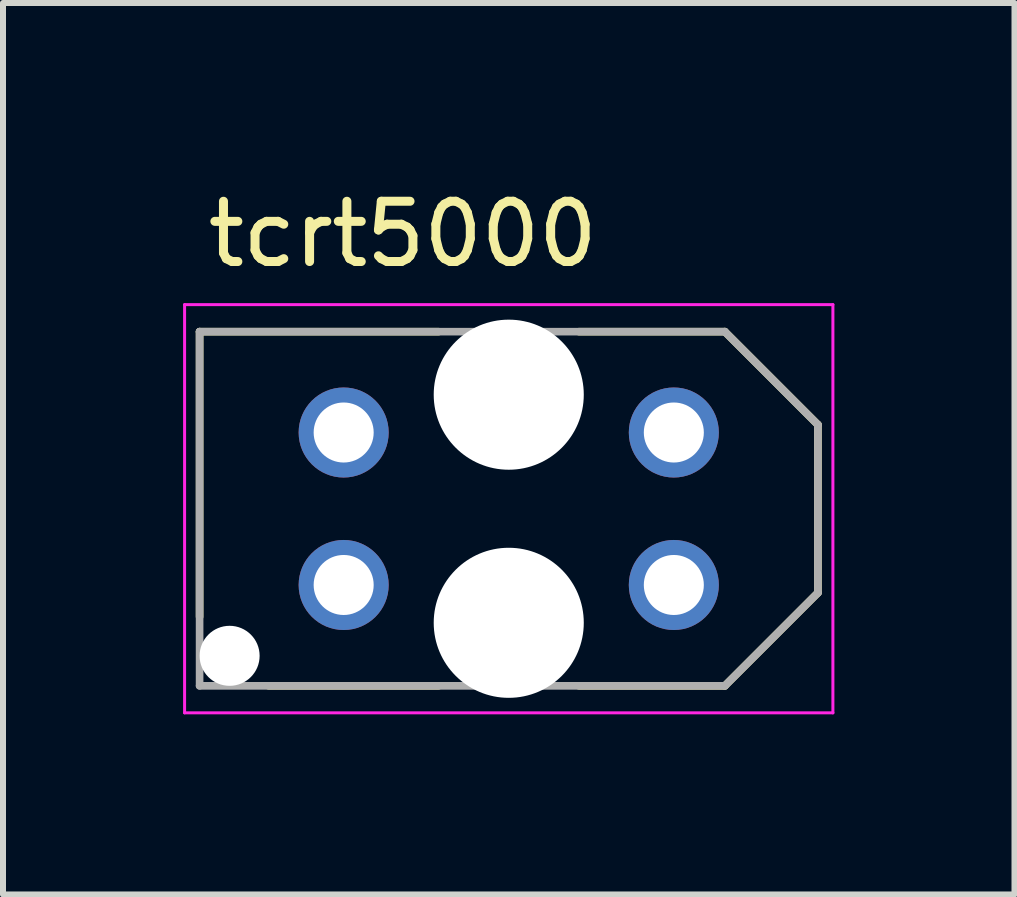
<source format=kicad_pcb>
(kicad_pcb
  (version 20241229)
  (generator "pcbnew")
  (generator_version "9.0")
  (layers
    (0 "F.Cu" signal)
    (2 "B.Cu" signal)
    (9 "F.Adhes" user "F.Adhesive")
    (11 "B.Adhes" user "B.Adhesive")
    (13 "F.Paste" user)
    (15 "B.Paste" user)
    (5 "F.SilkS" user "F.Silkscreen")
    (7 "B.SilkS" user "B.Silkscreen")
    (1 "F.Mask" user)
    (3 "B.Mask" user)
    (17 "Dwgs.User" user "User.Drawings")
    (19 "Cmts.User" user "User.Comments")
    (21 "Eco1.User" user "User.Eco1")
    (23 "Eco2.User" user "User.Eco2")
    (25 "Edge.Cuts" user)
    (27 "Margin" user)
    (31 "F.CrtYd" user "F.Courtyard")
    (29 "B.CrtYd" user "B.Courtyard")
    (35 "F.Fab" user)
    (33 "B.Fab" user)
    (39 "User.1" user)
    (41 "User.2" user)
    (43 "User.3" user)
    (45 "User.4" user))
  (footprint "tcrt5000"
    (layer "F.Cu")
    (at 5.425 5.425)
    (property "Reference" "tcrt5000" (at -1.764 -4.575 0) (layer "F.SilkS") (effects (font (size 1.004 1.004) (thickness 0.15))))
    (attr through_hole)
    (fp_line (start -5.15 -2.95) (end -1.17 -2.95) (stroke (width 0.127) (type solid)) (layer "F.SilkS"))
    (fp_line (start -5.15 1.8) (end -5.15 -2.95) (stroke (width 0.127) (type solid)) (layer "F.SilkS"))
    (fp_line (start -4 2.95) (end -1.17 2.95) (stroke (width 0.127) (type solid)) (layer "F.SilkS"))
    (fp_line (start 1.17 2.95) (end 3.6 2.95) (stroke (width 0.127) (type solid)) (layer "F.SilkS"))
    (fp_line (start 3.6 -2.95) (end 1.17 -2.95) (stroke (width 0.127) (type solid)) (layer "F.SilkS"))
    (fp_line (start 3.6 -2.95) (end 5.15 -1.4) (stroke (width 0.127) (type solid)) (layer "F.SilkS"))
    (fp_line (start 3.6 2.95) (end 5.15 1.4) (stroke (width 0.127) (type solid)) (layer "F.SilkS"))
    (fp_line (start 5.15 1.4) (end 5.15 -1.4) (stroke (width 0.127) (type solid)) (layer "F.SilkS"))
    (fp_line (start -5.4 -3.4) (end -5.4 3.4) (stroke (width 0.05) (type solid)) (layer "F.CrtYd"))
    (fp_line (start -5.4 3.4) (end 5.4 3.4) (stroke (width 0.05) (type solid)) (layer "F.CrtYd"))
    (fp_line (start 5.4 -3.4) (end -5.4 -3.4) (stroke (width 0.05) (type solid)) (layer "F.CrtYd"))
    (fp_line (start 5.4 3.4) (end 5.4 -3.4) (stroke (width 0.05) (type solid)) (layer "F.CrtYd"))
    (fp_line (start -5.15 -2.95) (end -5.15 2.95) (stroke (width 0.127) (type solid)) (layer "F.Fab"))
    (fp_line (start -5.15 2.95) (end 3.6 2.95) (stroke (width 0.127) (type solid)) (layer "F.Fab"))
    (fp_line (start 3.6 -2.95) (end -5.15 -2.95) (stroke (width 0.127) (type solid)) (layer "F.Fab"))
    (fp_line (start 3.6 -2.95) (end 5.15 -1.4) (stroke (width 0.127) (type solid)) (layer "F.Fab"))
    (fp_line (start 3.6 2.95) (end 5.15 1.4) (stroke (width 0.127) (type solid)) (layer "F.Fab"))
    (fp_line (start 5.15 1.4) (end 5.15 -1.4) (stroke (width 0.127) (type solid)) (layer "F.Fab"))
    (pad "" np_thru_hole circle (at -4.65 2.45) (size 1 1) (drill 1) (layers "*.Cu" "*.Mask"))
    (pad "" np_thru_hole circle (at 0 -1.9) (size 2.5 2.5) (drill 2.5) (layers "*.Cu" "*.Mask"))
    (pad "" np_thru_hole circle (at 0 1.9) (size 2.5 2.5) (drill 2.5) (layers "*.Cu" "*.Mask"))
    (pad "A" thru_hole circle (at 2.75 -1.27) (size 1.5 1.5) (drill 1) (layers "*.Cu" "*.Mask"))
    (pad "CATH" thru_hole circle (at 2.75 1.27) (size 1.5 1.5) (drill 1) (layers "*.Cu" "*.Mask"))
    (pad "COLL" thru_hole circle (at -2.75 -1.27) (size 1.5 1.5) (drill 1) (layers "*.Cu" "*.Mask"))
    (pad "E" thru_hole circle (at -2.75 1.27) (size 1.5 1.5) (drill 1) (layers "*.Cu" "*.Mask")))
  (gr_rect
    (start -3 -3)
    (end 13.85 11.85)
    (stroke (width 0.1) (type default))
    (fill no)
    (layer "Edge.Cuts")))
</source>
